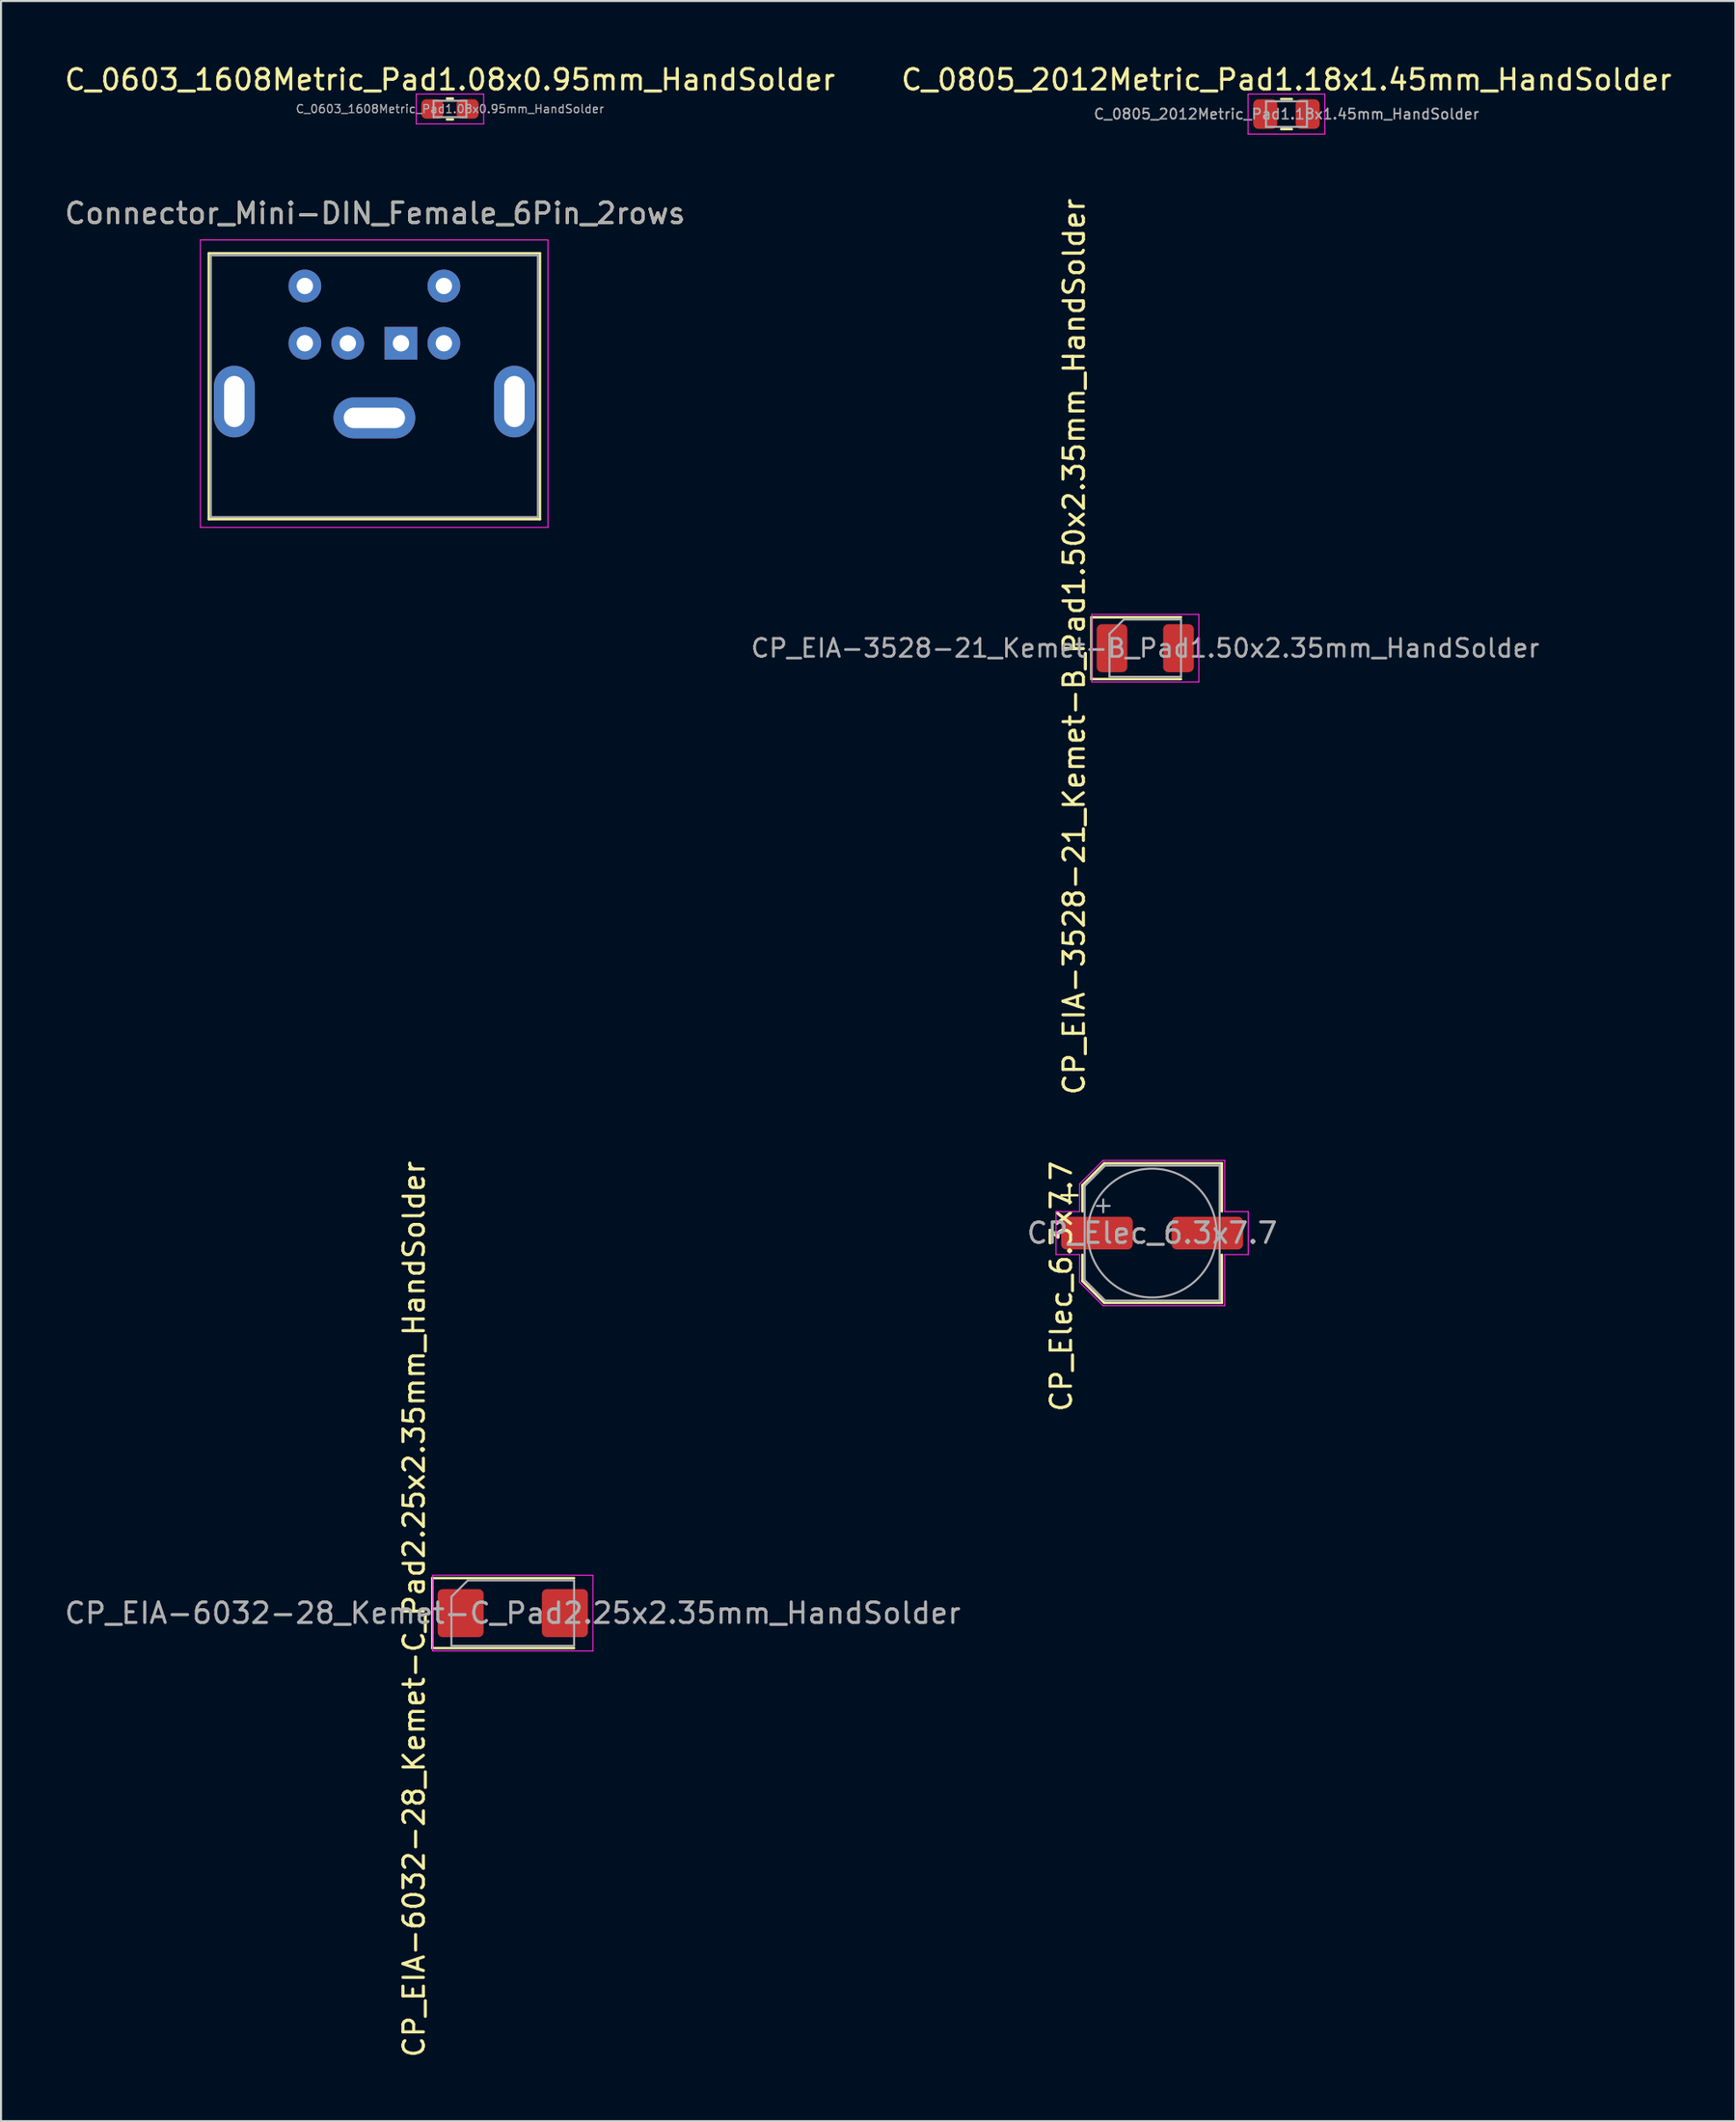
<source format=kicad_pcb>
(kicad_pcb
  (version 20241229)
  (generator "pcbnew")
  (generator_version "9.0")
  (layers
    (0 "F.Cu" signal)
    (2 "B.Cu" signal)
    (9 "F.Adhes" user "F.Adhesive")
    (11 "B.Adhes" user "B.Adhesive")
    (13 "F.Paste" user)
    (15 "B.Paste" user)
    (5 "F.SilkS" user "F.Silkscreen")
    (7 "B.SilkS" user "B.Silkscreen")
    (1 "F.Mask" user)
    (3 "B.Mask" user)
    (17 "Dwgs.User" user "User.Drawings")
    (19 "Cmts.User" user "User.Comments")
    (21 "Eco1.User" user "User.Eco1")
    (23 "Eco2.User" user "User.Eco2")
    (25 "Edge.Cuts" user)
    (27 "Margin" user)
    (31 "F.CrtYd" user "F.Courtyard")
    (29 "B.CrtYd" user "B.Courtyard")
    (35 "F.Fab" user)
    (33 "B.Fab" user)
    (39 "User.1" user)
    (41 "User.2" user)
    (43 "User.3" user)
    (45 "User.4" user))
  (footprint "C_0805_2012Metric_Pad1.18x1.45mm_HandSolder"
    (layer "F.Cu")
    (at 59.875 2.528)
    (property "Reference" "C_0805_2012Metric_Pad1.18x1.45mm_HandSolder" (at 0 -1.68 0) (layer "F.SilkS") (effects (font (size 1 1) (thickness 0.15))))
    (attr smd)
    (fp_line (start -0.261 -0.735) (end 0.261 -0.735) (stroke (width 0.12) (type solid)) (layer "F.SilkS"))
    (fp_line (start -0.261 0.735) (end 0.261 0.735) (stroke (width 0.12) (type solid)) (layer "F.SilkS"))
    (fp_line (start -1.88 -0.98) (end 1.88 -0.98) (stroke (width 0.05) (type solid)) (layer "F.CrtYd"))
    (fp_line (start -1.88 0.98) (end -1.88 -0.98) (stroke (width 0.05) (type solid)) (layer "F.CrtYd"))
    (fp_line (start 1.88 -0.98) (end 1.88 0.98) (stroke (width 0.05) (type solid)) (layer "F.CrtYd"))
    (fp_line (start 1.88 0.98) (end -1.88 0.98) (stroke (width 0.05) (type solid)) (layer "F.CrtYd"))
    (fp_line (start -1 -0.625) (end 1 -0.625) (stroke (width 0.1) (type solid)) (layer "F.Fab"))
    (fp_line (start -1 0.625) (end -1 -0.625) (stroke (width 0.1) (type solid)) (layer "F.Fab"))
    (fp_line (start 1 -0.625) (end 1 0.625) (stroke (width 0.1) (type solid)) (layer "F.Fab"))
    (fp_line (start 1 0.625) (end -1 0.625) (stroke (width 0.1) (type solid)) (layer "F.Fab"))
    (fp_text user "${REFERENCE}" (at 0 0 0) (layer "F.Fab") (effects (font (size 0.5 0.5) (thickness 0.08))))
    (pad "1" smd roundrect (at -1.038 0) (size 1.175 1.45) (layers "F.Cu" "F.Mask" "F.Paste") (roundrect_rratio 0.213))
    (pad "2" smd roundrect (at 1.038 0) (size 1.175 1.45) (layers "F.Cu" "F.Mask" "F.Paste") (roundrect_rratio 0.213)))
  (footprint "CP_EIA-6032-28_Kemet-C_Pad2.25x2.35mm_HandSolder"
    (layer "F.Cu")
    (at 22.03 75.815)
    (property "Reference" "CP_EIA-6032-28_Kemet-C_Pad2.25x2.35mm_HandSolder" (at -4.826 -0.192 90) (layer "F.SilkS") (effects (font (size 1 1) (thickness 0.15))))
    (attr smd)
    (fp_line (start -3.935 -1.71) (end -3.935 1.71) (stroke (width 0.12) (type solid)) (layer "F.SilkS"))
    (fp_line (start -3.935 1.71) (end 3 1.71) (stroke (width 0.12) (type solid)) (layer "F.SilkS"))
    (fp_line (start 3 -1.71) (end -3.935 -1.71) (stroke (width 0.12) (type solid)) (layer "F.SilkS"))
    (fp_line (start -3.92 -1.85) (end 3.92 -1.85) (stroke (width 0.05) (type solid)) (layer "F.CrtYd"))
    (fp_line (start -3.92 1.85) (end -3.92 -1.85) (stroke (width 0.05) (type solid)) (layer "F.CrtYd"))
    (fp_line (start 3.92 -1.85) (end 3.92 1.85) (stroke (width 0.05) (type solid)) (layer "F.CrtYd"))
    (fp_line (start 3.92 1.85) (end -3.92 1.85) (stroke (width 0.05) (type solid)) (layer "F.CrtYd"))
    (fp_line (start -3 -0.8) (end -3 1.6) (stroke (width 0.1) (type solid)) (layer "F.Fab"))
    (fp_line (start -3 1.6) (end 3 1.6) (stroke (width 0.1) (type solid)) (layer "F.Fab"))
    (fp_line (start -2.2 -1.6) (end -3 -0.8) (stroke (width 0.1) (type solid)) (layer "F.Fab"))
    (fp_line (start 3 -1.6) (end -2.2 -1.6) (stroke (width 0.1) (type solid)) (layer "F.Fab"))
    (fp_line (start 3 1.6) (end 3 -1.6) (stroke (width 0.1) (type solid)) (layer "F.Fab"))
    (fp_text user "${REFERENCE}" (at 0 0 0) (layer "F.Fab") (effects (font (size 1 1) (thickness 0.15))))
    (pad "1" smd roundrect (at -2.55 0) (size 2.25 2.35) (layers "F.Cu" "F.Mask" "F.Paste") (roundrect_rratio 0.111))
    (pad "2" smd roundrect (at 2.55 0) (size 2.25 2.35) (layers "F.Cu" "F.Mask" "F.Paste") (roundrect_rratio 0.111)))
  (footprint "CP_Elec_6.3x7.7"
    (layer "F.Cu")
    (at 53.304 57.235)
    (property "Reference" "CP_Elec_6.3x7.7" (at -4.445 2.602 90) (layer "F.SilkS") (effects (font (size 1 1) (thickness 0.15))))
    (attr smd)
    (fp_line (start -4.438 -1.847) (end -3.65 -1.847) (stroke (width 0.12) (type solid)) (layer "F.SilkS"))
    (fp_line (start -4.044 -2.241) (end -4.044 -1.454) (stroke (width 0.12) (type solid)) (layer "F.SilkS"))
    (fp_line (start -3.41 -2.346) (end -3.41 -1.06) (stroke (width 0.12) (type solid)) (layer "F.SilkS"))
    (fp_line (start -3.41 -2.346) (end -2.346 -3.41) (stroke (width 0.12) (type solid)) (layer "F.SilkS"))
    (fp_line (start -3.41 2.346) (end -3.41 1.06) (stroke (width 0.12) (type solid)) (layer "F.SilkS"))
    (fp_line (start -3.41 2.346) (end -2.346 3.41) (stroke (width 0.12) (type solid)) (layer "F.SilkS"))
    (fp_line (start -2.346 -3.41) (end 3.41 -3.41) (stroke (width 0.12) (type solid)) (layer "F.SilkS"))
    (fp_line (start -2.346 3.41) (end 3.41 3.41) (stroke (width 0.12) (type solid)) (layer "F.SilkS"))
    (fp_line (start 3.41 -3.41) (end 3.41 -1.06) (stroke (width 0.12) (type solid)) (layer "F.SilkS"))
    (fp_line (start 3.41 3.41) (end 3.41 1.06) (stroke (width 0.12) (type solid)) (layer "F.SilkS"))
    (fp_line (start -4.7 -1.05) (end -4.7 1.05) (stroke (width 0.05) (type solid)) (layer "F.CrtYd"))
    (fp_line (start -4.7 1.05) (end -3.55 1.05) (stroke (width 0.05) (type solid)) (layer "F.CrtYd"))
    (fp_line (start -3.55 -2.4) (end -3.55 -1.05) (stroke (width 0.05) (type solid)) (layer "F.CrtYd"))
    (fp_line (start -3.55 -2.4) (end -2.4 -3.55) (stroke (width 0.05) (type solid)) (layer "F.CrtYd"))
    (fp_line (start -3.55 -1.05) (end -4.7 -1.05) (stroke (width 0.05) (type solid)) (layer "F.CrtYd"))
    (fp_line (start -3.55 1.05) (end -3.55 2.4) (stroke (width 0.05) (type solid)) (layer "F.CrtYd"))
    (fp_line (start -3.55 2.4) (end -2.4 3.55) (stroke (width 0.05) (type solid)) (layer "F.CrtYd"))
    (fp_line (start -2.4 -3.55) (end 3.55 -3.55) (stroke (width 0.05) (type solid)) (layer "F.CrtYd"))
    (fp_line (start -2.4 3.55) (end 3.55 3.55) (stroke (width 0.05) (type solid)) (layer "F.CrtYd"))
    (fp_line (start 3.55 -3.55) (end 3.55 -1.05) (stroke (width 0.05) (type solid)) (layer "F.CrtYd"))
    (fp_line (start 3.55 -1.05) (end 4.7 -1.05) (stroke (width 0.05) (type solid)) (layer "F.CrtYd"))
    (fp_line (start 3.55 1.05) (end 3.55 3.55) (stroke (width 0.05) (type solid)) (layer "F.CrtYd"))
    (fp_line (start 4.7 -1.05) (end 4.7 1.05) (stroke (width 0.05) (type solid)) (layer "F.CrtYd"))
    (fp_line (start 4.7 1.05) (end 3.55 1.05) (stroke (width 0.05) (type solid)) (layer "F.CrtYd"))
    (fp_line (start -3.3 -2.3) (end -3.3 2.3) (stroke (width 0.1) (type solid)) (layer "F.Fab"))
    (fp_line (start -3.3 -2.3) (end -2.3 -3.3) (stroke (width 0.1) (type solid)) (layer "F.Fab"))
    (fp_line (start -3.3 2.3) (end -2.3 3.3) (stroke (width 0.1) (type solid)) (layer "F.Fab"))
    (fp_line (start -2.705 -1.33) (end -2.075 -1.33) (stroke (width 0.1) (type solid)) (layer "F.Fab"))
    (fp_line (start -2.39 -1.645) (end -2.39 -1.015) (stroke (width 0.1) (type solid)) (layer "F.Fab"))
    (fp_line (start -2.3 -3.3) (end 3.3 -3.3) (stroke (width 0.1) (type solid)) (layer "F.Fab"))
    (fp_line (start -2.3 3.3) (end 3.3 3.3) (stroke (width 0.1) (type solid)) (layer "F.Fab"))
    (fp_line (start 3.3 -3.3) (end 3.3 3.3) (stroke (width 0.1) (type solid)) (layer "F.Fab"))
    (fp_circle (center 0 0) (end 3.15 0) (stroke (width 0.1) (type solid)) (fill no) (layer "F.Fab"))
    (fp_text user "${REFERENCE}" (at 0 0 0) (layer "F.Fab") (effects (font (size 1 1) (thickness 0.15))))
    (pad "1" smd roundrect (at -2.7 0) (size 3.5 1.6) (layers "F.Cu" "F.Mask" "F.Paste") (roundrect_rratio 0.156))
    (pad "2" smd roundrect (at 2.7 0) (size 3.5 1.6) (layers "F.Cu" "F.Mask" "F.Paste") (roundrect_rratio 0.156)))
  (footprint "CP_EIA-3528-21_Kemet-B_Pad1.50x2.35mm_HandSolder"
    (layer "F.Cu")
    (at 52.967 28.639)
    (property "Reference" "CP_EIA-3528-21_Kemet-B_Pad1.50x2.35mm_HandSolder" (at -3.48 -0.076 270) (layer "F.SilkS") (effects (font (size 1 1) (thickness 0.15))))
    (attr smd)
    (fp_line (start -2.635 -1.51) (end -2.635 1.51) (stroke (width 0.12) (type solid)) (layer "F.SilkS"))
    (fp_line (start -2.635 1.51) (end 1.75 1.51) (stroke (width 0.12) (type solid)) (layer "F.SilkS"))
    (fp_line (start 1.75 -1.51) (end -2.635 -1.51) (stroke (width 0.12) (type solid)) (layer "F.SilkS"))
    (fp_line (start -2.62 -1.65) (end 2.62 -1.65) (stroke (width 0.05) (type solid)) (layer "F.CrtYd"))
    (fp_line (start -2.62 1.65) (end -2.62 -1.65) (stroke (width 0.05) (type solid)) (layer "F.CrtYd"))
    (fp_line (start 2.62 -1.65) (end 2.62 1.65) (stroke (width 0.05) (type solid)) (layer "F.CrtYd"))
    (fp_line (start 2.62 1.65) (end -2.62 1.65) (stroke (width 0.05) (type solid)) (layer "F.CrtYd"))
    (fp_line (start -1.75 -0.7) (end -1.75 1.4) (stroke (width 0.1) (type solid)) (layer "F.Fab"))
    (fp_line (start -1.75 1.4) (end 1.75 1.4) (stroke (width 0.1) (type solid)) (layer "F.Fab"))
    (fp_line (start -1.05 -1.4) (end -1.75 -0.7) (stroke (width 0.1) (type solid)) (layer "F.Fab"))
    (fp_line (start 1.75 -1.4) (end -1.05 -1.4) (stroke (width 0.1) (type solid)) (layer "F.Fab"))
    (fp_line (start 1.75 1.4) (end 1.75 -1.4) (stroke (width 0.1) (type solid)) (layer "F.Fab"))
    (fp_text user "${REFERENCE}" (at 0 0 0) (layer "F.Fab") (effects (font (size 0.88 0.88) (thickness 0.13))))
    (pad "1" smd roundrect (at -1.625 0) (size 1.5 2.35) (layers "F.Cu" "F.Mask" "F.Paste") (roundrect_rratio 0.167))
    (pad "2" smd roundrect (at 1.625 0) (size 1.5 2.35) (layers "F.Cu" "F.Mask" "F.Paste") (roundrect_rratio 0.167)))
  (footprint "Connector_Mini-DIN_Female_6Pin_2rows"
    (layer "F.Cu")
    (at 16.562 13.732)
    (property "Reference" "Connector_Mini-DIN_Female_6Pin_2rows" (at -1.27 -6.35 0) (layer "F.SilkS") (effects (font (size 1 1) (thickness 0.15))))
    (attr through_hole)
    (fp_line (start -9.4 -4.4) (end -9.4 8.6) (stroke (width 0.12) (type solid)) (layer "F.SilkS"))
    (fp_line (start -9.4 -4.4) (end 6.8 -4.4) (stroke (width 0.12) (type solid)) (layer "F.SilkS"))
    (fp_line (start -9.4 8.6) (end 6.8 8.6) (stroke (width 0.12) (type solid)) (layer "F.SilkS"))
    (fp_line (start 6.8 -4.4) (end 6.8 8.6) (stroke (width 0.12) (type solid)) (layer "F.SilkS"))
    (fp_line (start -9.81 -5.05) (end -9.81 9) (stroke (width 0.05) (type solid)) (layer "F.CrtYd"))
    (fp_line (start -9.81 -5.05) (end 7.19 -5.05) (stroke (width 0.05) (type solid)) (layer "F.CrtYd"))
    (fp_line (start 7.19 9) (end -9.81 9) (stroke (width 0.05) (type solid)) (layer "F.CrtYd"))
    (fp_line (start 7.19 9) (end 7.19 -5.05) (stroke (width 0.05) (type solid)) (layer "F.CrtYd"))
    (fp_line (start -9.3 -4.3) (end 6.7 -4.3) (stroke (width 0.1) (type solid)) (layer "F.Fab"))
    (fp_line (start -9.3 8.5) (end -9.3 -4.3) (stroke (width 0.1) (type solid)) (layer "F.Fab"))
    (fp_line (start 6.7 -4.3) (end 6.7 8.5) (stroke (width 0.1) (type solid)) (layer "F.Fab"))
    (fp_line (start 6.7 8.5) (end -9.3 8.5) (stroke (width 0.1) (type solid)) (layer "F.Fab"))
    (fp_text user "${REFERENCE}" (at -1.27 -6.35 0) (layer "F.Fab") (effects (font (size 1 1) (thickness 0.15))))
    (pad "1" thru_hole rect (at 0 0) (size 1.6 1.6) (drill 0.8) (layers "*.Cu" "*.Mask"))
    (pad "2" thru_hole circle (at -2.6 0) (size 1.6 1.6) (drill 0.8) (layers "*.Cu" "*.Mask"))
    (pad "3" thru_hole circle (at 2.1 0) (size 1.6 1.6) (drill 0.8) (layers "*.Cu" "*.Mask"))
    (pad "4" thru_hole circle (at -4.7 0) (size 1.6 1.6) (drill 0.8) (layers "*.Cu" "*.Mask"))
    (pad "5" thru_hole circle (at 2.1 -2.8) (size 1.6 1.6) (drill 0.8) (layers "*.Cu" "*.Mask"))
    (pad "6" thru_hole circle (at -4.7 -2.8) (size 1.6 1.6) (drill 0.8) (layers "*.Cu" "*.Mask"))
    (pad "7" thru_hole oval (at -8.15 2.85) (size 2 3.5) (drill oval 1 2.5) (layers "*.Cu" "*.Mask"))
    (pad "7" thru_hole oval (at -1.3 3.65) (size 4 2) (drill oval 3 1) (layers "*.Cu" "*.Mask"))
    (pad "7" thru_hole oval (at 5.55 2.85) (size 2 3.5) (drill oval 1 2.5) (layers "*.Cu" "*.Mask")))
  (footprint "C_0603_1608Metric_Pad1.08x0.95mm_HandSolder"
    (layer "F.Cu")
    (at 18.958 2.278)
    (property "Reference" "C_0603_1608Metric_Pad1.08x0.95mm_HandSolder" (at 0 -1.43 0) (layer "F.SilkS") (effects (font (size 1 1) (thickness 0.15))))
    (attr smd)
    (fp_line (start -0.146 -0.51) (end 0.146 -0.51) (stroke (width 0.12) (type solid)) (layer "F.SilkS"))
    (fp_line (start -0.146 0.51) (end 0.146 0.51) (stroke (width 0.12) (type solid)) (layer "F.SilkS"))
    (fp_line (start -1.65 -0.73) (end 1.65 -0.73) (stroke (width 0.05) (type solid)) (layer "F.CrtYd"))
    (fp_line (start -1.65 0.73) (end -1.65 -0.73) (stroke (width 0.05) (type solid)) (layer "F.CrtYd"))
    (fp_line (start 1.65 -0.73) (end 1.65 0.73) (stroke (width 0.05) (type solid)) (layer "F.CrtYd"))
    (fp_line (start 1.65 0.73) (end -1.65 0.73) (stroke (width 0.05) (type solid)) (layer "F.CrtYd"))
    (fp_line (start -0.8 -0.4) (end 0.8 -0.4) (stroke (width 0.1) (type solid)) (layer "F.Fab"))
    (fp_line (start -0.8 0.4) (end -0.8 -0.4) (stroke (width 0.1) (type solid)) (layer "F.Fab"))
    (fp_line (start 0.8 -0.4) (end 0.8 0.4) (stroke (width 0.1) (type solid)) (layer "F.Fab"))
    (fp_line (start 0.8 0.4) (end -0.8 0.4) (stroke (width 0.1) (type solid)) (layer "F.Fab"))
    (fp_text user "${REFERENCE}" (at 0 0 0) (layer "F.Fab") (effects (font (size 0.4 0.4) (thickness 0.06))))
    (pad "1" smd roundrect (at -0.863 0) (size 1.075 0.95) (layers "F.Cu" "F.Mask" "F.Paste") (roundrect_rratio 0.25))
    (pad "2" smd roundrect (at 0.863 0) (size 1.075 0.95) (layers "F.Cu" "F.Mask" "F.Paste") (roundrect_rratio 0.25)))
  (gr_rect
    (start -3 -3)
    (end 81.833 100.652)
    (stroke (width 0.1) (type default))
    (fill no)
    (layer "Edge.Cuts")))
</source>
